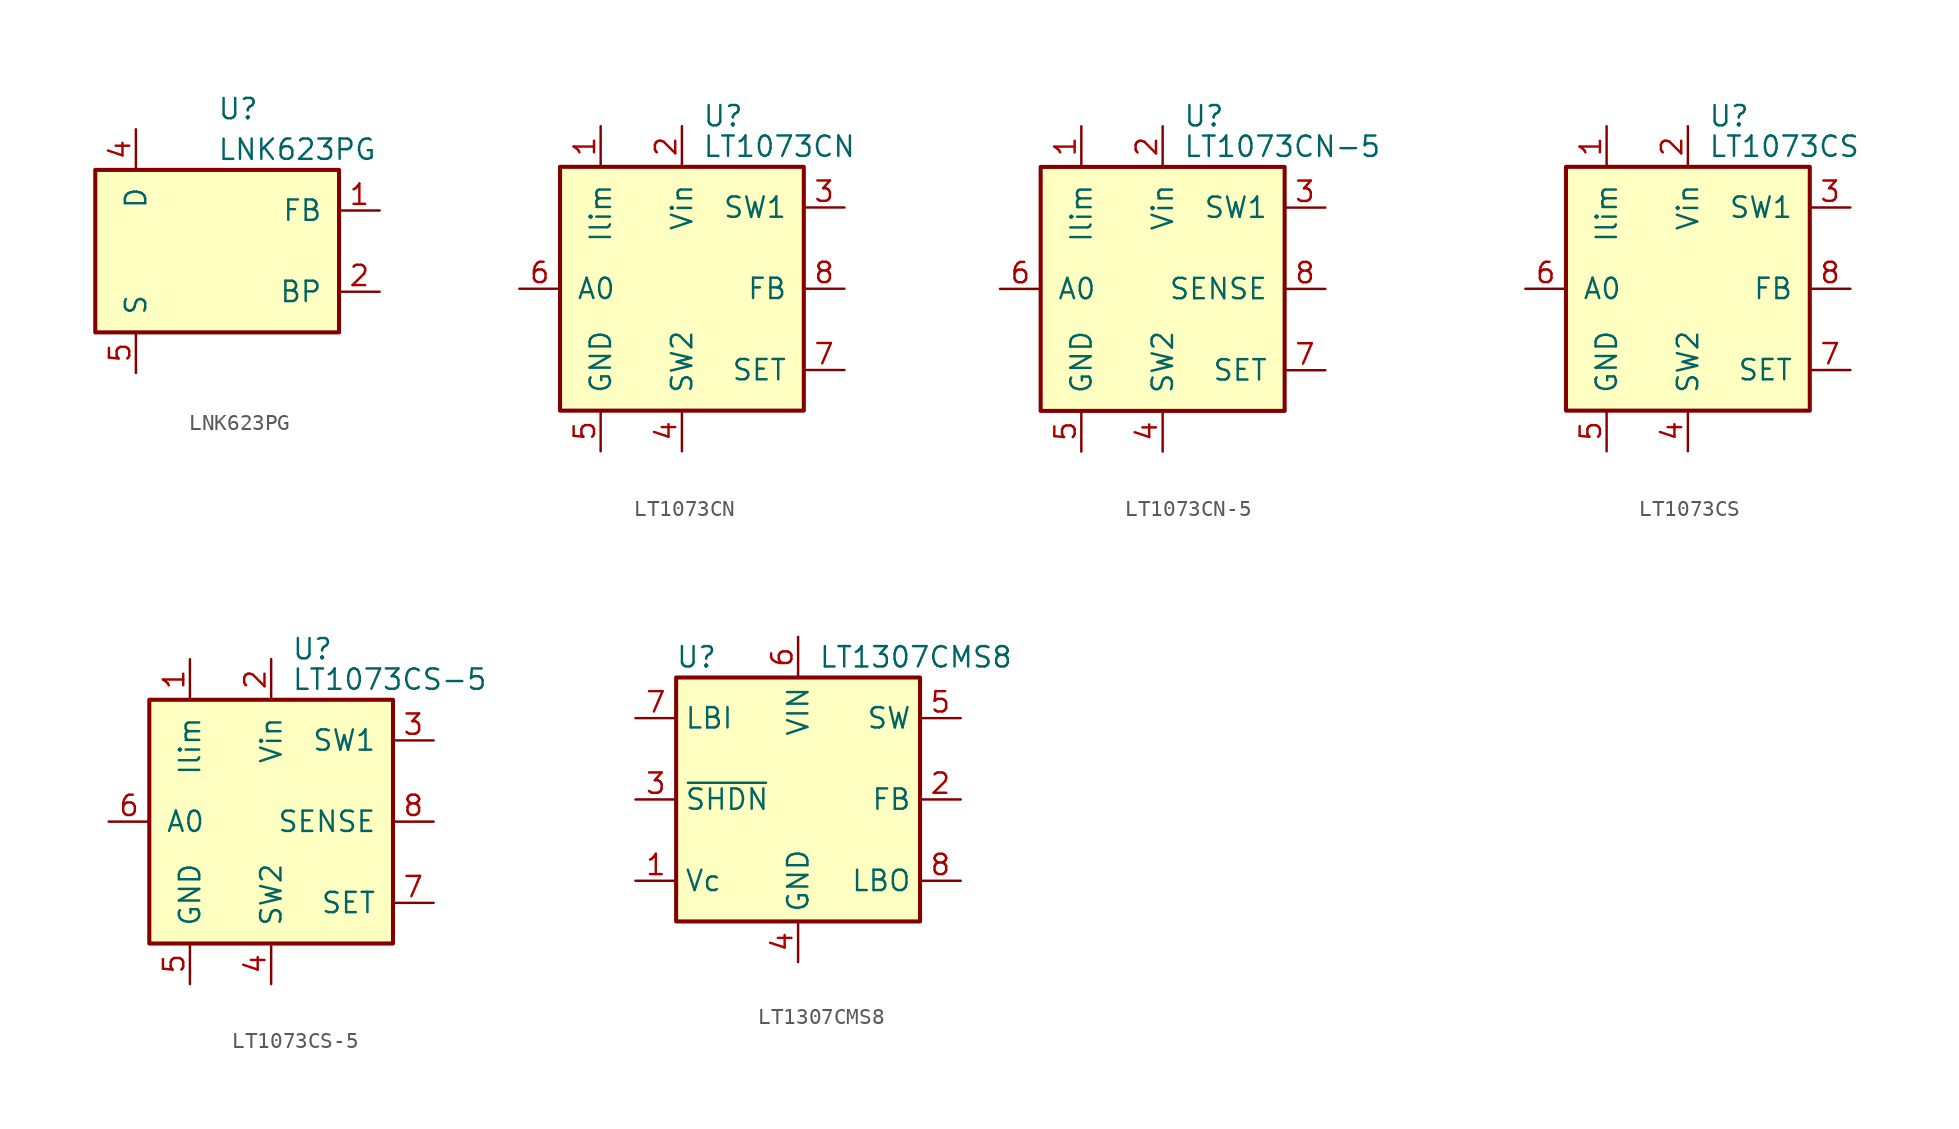
<source format=kicad_sym>
(kicad_symbol_lib
  (version 20201005)
  (generator kicad_symbol_editor)
  (symbol "LNK623PG"
    (pin_names
      (offset 1.016))
    (property "Reference" "U"
      (at 0 8.89 0)
      (effects (font (size 1.27 1.27)) (justify left)))
    (property "Value" "LNK623PG"
      (at 0 6.35 0)
      (effects (font (size 1.27 1.27)) (justify left)))
    (symbol "LNK623PG_0_1"
      (rectangle (start -7.62 5.08) (end 7.62 -5.08) (stroke (width 0.254)) (fill (type background))))
    (symbol "LNK623PG_1_1"
      (pin input line (at 10.16 2.54 180) (length 2.54) (name "FB" (effects (font (size 1.27 1.27)))) (number "1" (effects (font (size 1.27 1.27)))))
      (pin input line (at 10.16 -2.54 180) (length 2.54) (name "BP" (effects (font (size 1.27 1.27)))) (number "2" (effects (font (size 1.27 1.27)))))
      (pin open_collector line (at -5.08 7.62 270) (length 2.54) (name "D" (effects (font (size 1.27 1.27)))) (number "4" (effects (font (size 1.27 1.27)))))
      (pin open_emitter line (at -5.08 -7.62 90) (length 2.54) (name "S" (effects (font (size 1.27 1.27)))) (number "5" (effects (font (size 1.27 1.27)))))
      (pin open_emitter line (at -5.08 -7.62 90) (length 2.54) hide (name "S" (effects (font (size 1.27 1.27)))) (number "6" (effects (font (size 1.27 1.27)))))
      (pin open_emitter line (at -5.08 -7.62 90) (length 2.54) hide (name "S" (effects (font (size 1.27 1.27)))) (number "7" (effects (font (size 1.27 1.27)))))
      (pin open_emitter line (at -5.08 -7.62 90) (length 2.54) hide (name "S" (effects (font (size 1.27 1.27)))) (number "8" (effects (font (size 1.27 1.27)))))))
  (symbol "LT1073CN"
    (pin_names
      (offset 1.016))
    (property "Reference" "U"
      (at 1.27 10.795 0)
      (effects (font (size 1.27 1.27)) (justify left)))
    (property "Value" "LT1073CN"
      (at 1.27 8.89 0)
      (effects (font (size 1.27 1.27)) (justify left)))
    (symbol "LT1073CN_0_1"
      (rectangle (start -7.62 7.62) (end 7.62 -7.62) (stroke (width 0.254)) (fill (type background))))
    (symbol "LT1073CN_1_1"
      (pin input line (at -5.08 10.16 270) (length 2.54) (name "Ilim" (effects (font (size 1.27 1.27)))) (number "1" (effects (font (size 1.27 1.27)))))
      (pin power_in line (at 0 10.16 270) (length 2.54) (name "Vin" (effects (font (size 1.27 1.27)))) (number "2" (effects (font (size 1.27 1.27)))))
      (pin input line (at 10.16 5.08 180) (length 2.54) (name "SW1" (effects (font (size 1.27 1.27)))) (number "3" (effects (font (size 1.27 1.27)))))
      (pin input line (at 0 -10.16 90) (length 2.54) (name "SW2" (effects (font (size 1.27 1.27)))) (number "4" (effects (font (size 1.27 1.27)))))
      (pin power_in line (at -5.08 -10.16 90) (length 2.54) (name "GND" (effects (font (size 1.27 1.27)))) (number "5" (effects (font (size 1.27 1.27)))))
      (pin output line (at -10.16 0 0) (length 2.54) (name "A0" (effects (font (size 1.27 1.27)))) (number "6" (effects (font (size 1.27 1.27)))))
      (pin input line (at 10.16 -5.08 180) (length 2.54) (name "SET" (effects (font (size 1.27 1.27)))) (number "7" (effects (font (size 1.27 1.27)))))
      (pin input line (at 10.16 0 180) (length 2.54) (name "FB" (effects (font (size 1.27 1.27)))) (number "8" (effects (font (size 1.27 1.27)))))))
  (symbol "LT1073CN-5"
    (pin_names
      (offset 1.016))
    (property "Reference" "U"
      (at 1.27 10.795 0)
      (effects (font (size 1.27 1.27)) (justify left)))
    (property "Value" "LT1073CN-5"
      (at 1.27 8.89 0)
      (effects (font (size 1.27 1.27)) (justify left)))
    (symbol "LT1073CN-5_0_1"
      (rectangle (start -7.62 7.62) (end 7.62 -7.62) (stroke (width 0.254)) (fill (type background))))
    (symbol "LT1073CN-5_1_1"
      (pin input line (at -5.08 10.16 270) (length 2.54) (name "Ilim" (effects (font (size 1.27 1.27)))) (number "1" (effects (font (size 1.27 1.27)))))
      (pin power_in line (at 0 10.16 270) (length 2.54) (name "Vin" (effects (font (size 1.27 1.27)))) (number "2" (effects (font (size 1.27 1.27)))))
      (pin input line (at 10.16 5.08 180) (length 2.54) (name "SW1" (effects (font (size 1.27 1.27)))) (number "3" (effects (font (size 1.27 1.27)))))
      (pin input line (at 0 -10.16 90) (length 2.54) (name "SW2" (effects (font (size 1.27 1.27)))) (number "4" (effects (font (size 1.27 1.27)))))
      (pin power_in line (at -5.08 -10.16 90) (length 2.54) (name "GND" (effects (font (size 1.27 1.27)))) (number "5" (effects (font (size 1.27 1.27)))))
      (pin output line (at -10.16 0 0) (length 2.54) (name "A0" (effects (font (size 1.27 1.27)))) (number "6" (effects (font (size 1.27 1.27)))))
      (pin input line (at 10.16 -5.08 180) (length 2.54) (name "SET" (effects (font (size 1.27 1.27)))) (number "7" (effects (font (size 1.27 1.27)))))
      (pin input line (at 10.16 0 180) (length 2.54) (name "SENSE" (effects (font (size 1.27 1.27)))) (number "8" (effects (font (size 1.27 1.27)))))))
  (symbol "LT1073CS"
    (pin_names
      (offset 1.016))
    (property "Reference" "U"
      (at 1.27 10.795 0)
      (effects (font (size 1.27 1.27)) (justify left)))
    (property "Value" "LT1073CS"
      (at 1.27 8.89 0)
      (effects (font (size 1.27 1.27)) (justify left)))
    (symbol "LT1073CS_0_1"
      (rectangle (start -7.62 7.62) (end 7.62 -7.62) (stroke (width 0.254)) (fill (type background))))
    (symbol "LT1073CS_1_1"
      (pin input line (at -5.08 10.16 270) (length 2.54) (name "Ilim" (effects (font (size 1.27 1.27)))) (number "1" (effects (font (size 1.27 1.27)))))
      (pin power_in line (at 0 10.16 270) (length 2.54) (name "Vin" (effects (font (size 1.27 1.27)))) (number "2" (effects (font (size 1.27 1.27)))))
      (pin input line (at 10.16 5.08 180) (length 2.54) (name "SW1" (effects (font (size 1.27 1.27)))) (number "3" (effects (font (size 1.27 1.27)))))
      (pin input line (at 0 -10.16 90) (length 2.54) (name "SW2" (effects (font (size 1.27 1.27)))) (number "4" (effects (font (size 1.27 1.27)))))
      (pin power_in line (at -5.08 -10.16 90) (length 2.54) (name "GND" (effects (font (size 1.27 1.27)))) (number "5" (effects (font (size 1.27 1.27)))))
      (pin output line (at -10.16 0 0) (length 2.54) (name "A0" (effects (font (size 1.27 1.27)))) (number "6" (effects (font (size 1.27 1.27)))))
      (pin input line (at 10.16 -5.08 180) (length 2.54) (name "SET" (effects (font (size 1.27 1.27)))) (number "7" (effects (font (size 1.27 1.27)))))
      (pin input line (at 10.16 0 180) (length 2.54) (name "FB" (effects (font (size 1.27 1.27)))) (number "8" (effects (font (size 1.27 1.27)))))))
  (symbol "LT1073CS-5"
    (pin_names
      (offset 1.016))
    (property "Reference" "U"
      (at 1.27 10.795 0)
      (effects (font (size 1.27 1.27)) (justify left)))
    (property "Value" "LT1073CS-5"
      (at 1.27 8.89 0)
      (effects (font (size 1.27 1.27)) (justify left)))
    (symbol "LT1073CS-5_0_1"
      (rectangle (start -7.62 7.62) (end 7.62 -7.62) (stroke (width 0.254)) (fill (type background))))
    (symbol "LT1073CS-5_1_1"
      (pin input line (at -5.08 10.16 270) (length 2.54) (name "Ilim" (effects (font (size 1.27 1.27)))) (number "1" (effects (font (size 1.27 1.27)))))
      (pin power_in line (at 0 10.16 270) (length 2.54) (name "Vin" (effects (font (size 1.27 1.27)))) (number "2" (effects (font (size 1.27 1.27)))))
      (pin input line (at 10.16 5.08 180) (length 2.54) (name "SW1" (effects (font (size 1.27 1.27)))) (number "3" (effects (font (size 1.27 1.27)))))
      (pin input line (at 0 -10.16 90) (length 2.54) (name "SW2" (effects (font (size 1.27 1.27)))) (number "4" (effects (font (size 1.27 1.27)))))
      (pin power_in line (at -5.08 -10.16 90) (length 2.54) (name "GND" (effects (font (size 1.27 1.27)))) (number "5" (effects (font (size 1.27 1.27)))))
      (pin output line (at -10.16 0 0) (length 2.54) (name "A0" (effects (font (size 1.27 1.27)))) (number "6" (effects (font (size 1.27 1.27)))))
      (pin input line (at 10.16 -5.08 180) (length 2.54) (name "SET" (effects (font (size 1.27 1.27)))) (number "7" (effects (font (size 1.27 1.27)))))
      (pin input line (at 10.16 0 180) (length 2.54) (name "SENSE" (effects (font (size 1.27 1.27)))) (number "8" (effects (font (size 1.27 1.27)))))))
  (symbol "LT1307CMS8"
    (property "Reference" "U"
      (at -6.35 8.89 0)
      (effects (font (size 1.27 1.27))))
    (property "Value" "LT1307CMS8"
      (at 1.27 8.89 0)
      (effects (font (size 1.27 1.27)) (justify left)))
    (symbol "LT1307CMS8_0_1"
      (rectangle (start -7.62 -7.62) (end 7.62 7.62) (stroke (width 0.254)) (fill (type background))))
    (symbol "LT1307CMS8_1_1"
      (pin input line (at -10.16 -5.08 0) (length 2.54) (name "Vc" (effects (font (size 1.27 1.27)))) (number "1" (effects (font (size 1.27 1.27)))))
      (pin input line (at 10.16 0 180) (length 2.54) (name "FB" (effects (font (size 1.27 1.27)))) (number "2" (effects (font (size 1.27 1.27)))))
      (pin input line (at -10.16 0 0) (length 2.54) (name "~SHDN" (effects (font (size 1.27 1.27)))) (number "3" (effects (font (size 1.27 1.27)))))
      (pin power_in line (at 0 -10.16 90) (length 2.54) (name "GND" (effects (font (size 1.27 1.27)))) (number "4" (effects (font (size 1.27 1.27)))))
      (pin open_collector line (at 10.16 5.08 180) (length 2.54) (name "SW" (effects (font (size 1.27 1.27)))) (number "5" (effects (font (size 1.27 1.27)))))
      (pin power_in line (at 0 10.16 270) (length 2.54) (name "VIN" (effects (font (size 1.27 1.27)))) (number "6" (effects (font (size 1.27 1.27)))))
      (pin input line (at -10.16 5.08 0) (length 2.54) (name "LBI" (effects (font (size 1.27 1.27)))) (number "7" (effects (font (size 1.27 1.27)))))
      (pin output line (at 10.16 -5.08 180) (length 2.54) (name "LBO" (effects (font (size 1.27 1.27)))) (number "8" (effects (font (size 1.27 1.27))))))))
</source>
